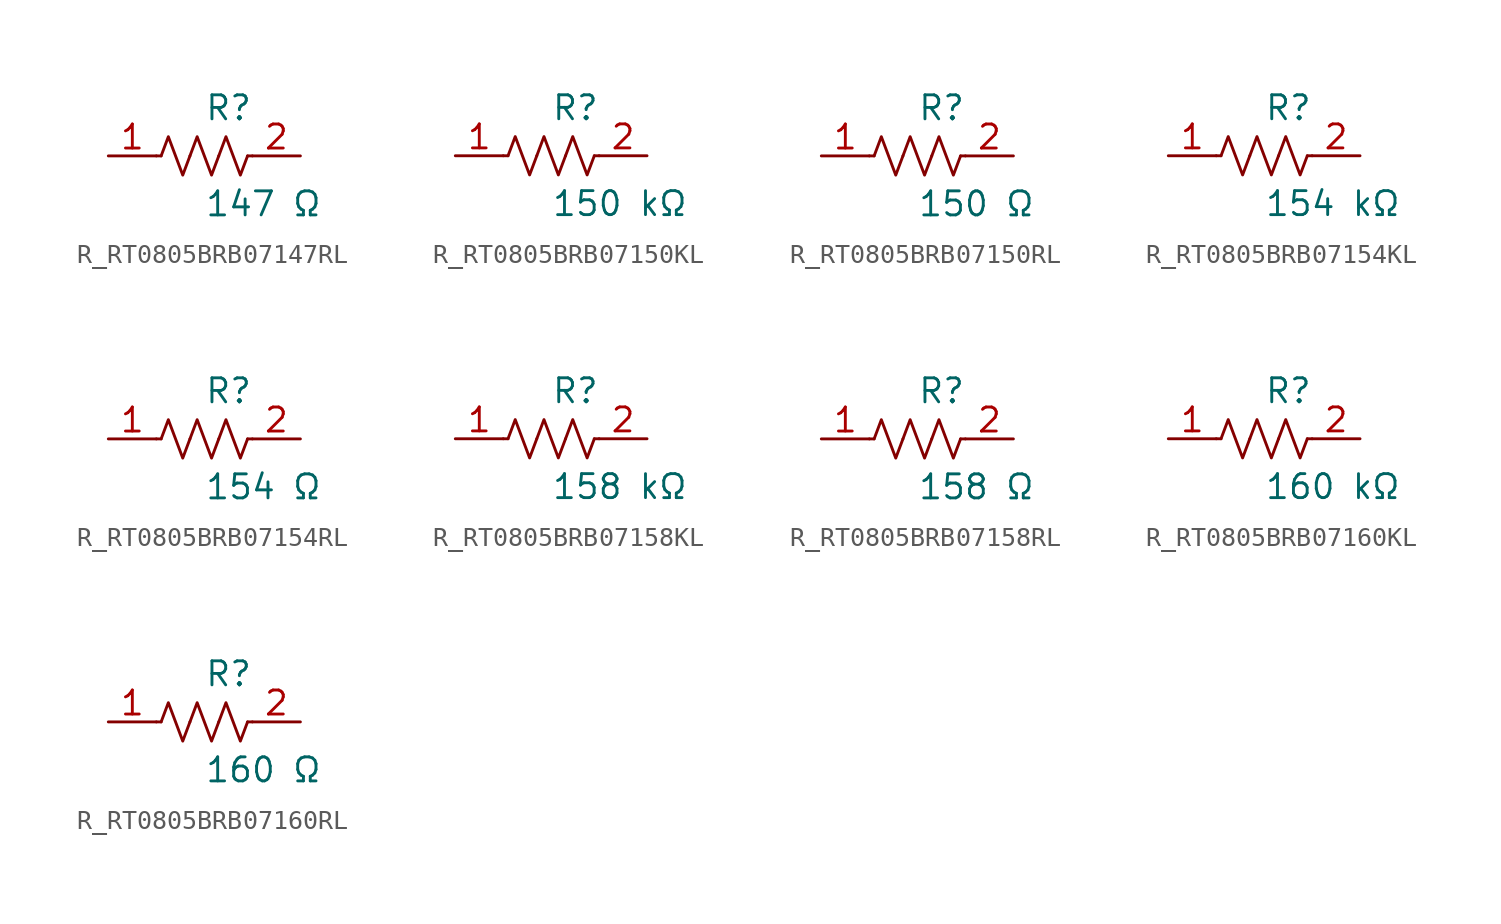
<source format=kicad_sym>
(kicad_symbol_lib
  (version 20231120)
  (generator kicad_symbol_editor)
  (generator_version 8.0)
  (symbol "R_RT0805BRB07147RL"
    (pin_names
      (offset 0.254))
    (property "Reference" "R"
      (at 0 2.54 0)
      (effects (font (size 1.27 1.27)) (justify left)))
    (property "Value" "147 Ω"
      (at 0 -2.54 0)
      (effects (font (size 1.27 1.27)) (justify left)))
    (symbol "R_RT0805BRB07147RL_0_1"
      (polyline (pts (xy 2.286 0) (xy 2.54 0)) (stroke (width 0) (type default)) (fill (type none)))
      (polyline (pts (xy -2.286 0) (xy -2.54 0)) (stroke (width 0) (type default)) (fill (type none)))
      (polyline (pts (xy 0.762 0) (xy 1.143 1.016) (xy 1.524 0) (xy 1.905 -1.016) (xy 2.286 0)) (stroke (width 0) (type default)) (fill (type none)))
      (polyline (pts (xy -0.762 0) (xy -0.381 1.016) (xy 0 0) (xy 0.381 -1.016) (xy 0.762 0)) (stroke (width 0) (type default)) (fill (type none)))
      (polyline (pts (xy -2.286 0) (xy -1.905 1.016) (xy -1.524 0) (xy -1.143 -1.016) (xy -0.762 0)) (stroke (width 0) (type default)) (fill (type none))))
    (pin unspecified line
      (at -5.08 0 0)
      (length 2.54)
      (name "" (effects (font (size 1.27 1.27))))
      (number "1" (effects (font (size 1.27 1.27)))))
    (pin unspecified line
      (at 5.08 0 180)
      (length 2.54)
      (name "" (effects (font (size 1.27 1.27))))
      (number "2" (effects (font (size 1.27 1.27))))))
  (symbol "R_RT0805BRB07150KL"
    (pin_names
      (offset 0.254))
    (property "Reference" "R"
      (at 0 2.54 0)
      (effects (font (size 1.27 1.27)) (justify left)))
    (property "Value" "150 kΩ"
      (at 0 -2.54 0)
      (effects (font (size 1.27 1.27)) (justify left)))
    (symbol "R_RT0805BRB07150KL_0_1"
      (polyline (pts (xy 2.286 0) (xy 2.54 0)) (stroke (width 0) (type default)) (fill (type none)))
      (polyline (pts (xy -2.286 0) (xy -2.54 0)) (stroke (width 0) (type default)) (fill (type none)))
      (polyline (pts (xy 0.762 0) (xy 1.143 1.016) (xy 1.524 0) (xy 1.905 -1.016) (xy 2.286 0)) (stroke (width 0) (type default)) (fill (type none)))
      (polyline (pts (xy -0.762 0) (xy -0.381 1.016) (xy 0 0) (xy 0.381 -1.016) (xy 0.762 0)) (stroke (width 0) (type default)) (fill (type none)))
      (polyline (pts (xy -2.286 0) (xy -1.905 1.016) (xy -1.524 0) (xy -1.143 -1.016) (xy -0.762 0)) (stroke (width 0) (type default)) (fill (type none))))
    (pin unspecified line
      (at -5.08 0 0)
      (length 2.54)
      (name "" (effects (font (size 1.27 1.27))))
      (number "1" (effects (font (size 1.27 1.27)))))
    (pin unspecified line
      (at 5.08 0 180)
      (length 2.54)
      (name "" (effects (font (size 1.27 1.27))))
      (number "2" (effects (font (size 1.27 1.27))))))
  (symbol "R_RT0805BRB07150RL"
    (pin_names
      (offset 0.254))
    (property "Reference" "R"
      (at 0 2.54 0)
      (effects (font (size 1.27 1.27)) (justify left)))
    (property "Value" "150 Ω"
      (at 0 -2.54 0)
      (effects (font (size 1.27 1.27)) (justify left)))
    (symbol "R_RT0805BRB07150RL_0_1"
      (polyline (pts (xy 2.286 0) (xy 2.54 0)) (stroke (width 0) (type default)) (fill (type none)))
      (polyline (pts (xy -2.286 0) (xy -2.54 0)) (stroke (width 0) (type default)) (fill (type none)))
      (polyline (pts (xy 0.762 0) (xy 1.143 1.016) (xy 1.524 0) (xy 1.905 -1.016) (xy 2.286 0)) (stroke (width 0) (type default)) (fill (type none)))
      (polyline (pts (xy -0.762 0) (xy -0.381 1.016) (xy 0 0) (xy 0.381 -1.016) (xy 0.762 0)) (stroke (width 0) (type default)) (fill (type none)))
      (polyline (pts (xy -2.286 0) (xy -1.905 1.016) (xy -1.524 0) (xy -1.143 -1.016) (xy -0.762 0)) (stroke (width 0) (type default)) (fill (type none))))
    (pin unspecified line
      (at -5.08 0 0)
      (length 2.54)
      (name "" (effects (font (size 1.27 1.27))))
      (number "1" (effects (font (size 1.27 1.27)))))
    (pin unspecified line
      (at 5.08 0 180)
      (length 2.54)
      (name "" (effects (font (size 1.27 1.27))))
      (number "2" (effects (font (size 1.27 1.27))))))
  (symbol "R_RT0805BRB07154KL"
    (pin_names
      (offset 0.254))
    (property "Reference" "R"
      (at 0 2.54 0)
      (effects (font (size 1.27 1.27)) (justify left)))
    (property "Value" "154 kΩ"
      (at 0 -2.54 0)
      (effects (font (size 1.27 1.27)) (justify left)))
    (symbol "R_RT0805BRB07154KL_0_1"
      (polyline (pts (xy 2.286 0) (xy 2.54 0)) (stroke (width 0) (type default)) (fill (type none)))
      (polyline (pts (xy -2.286 0) (xy -2.54 0)) (stroke (width 0) (type default)) (fill (type none)))
      (polyline (pts (xy 0.762 0) (xy 1.143 1.016) (xy 1.524 0) (xy 1.905 -1.016) (xy 2.286 0)) (stroke (width 0) (type default)) (fill (type none)))
      (polyline (pts (xy -0.762 0) (xy -0.381 1.016) (xy 0 0) (xy 0.381 -1.016) (xy 0.762 0)) (stroke (width 0) (type default)) (fill (type none)))
      (polyline (pts (xy -2.286 0) (xy -1.905 1.016) (xy -1.524 0) (xy -1.143 -1.016) (xy -0.762 0)) (stroke (width 0) (type default)) (fill (type none))))
    (pin unspecified line
      (at -5.08 0 0)
      (length 2.54)
      (name "" (effects (font (size 1.27 1.27))))
      (number "1" (effects (font (size 1.27 1.27)))))
    (pin unspecified line
      (at 5.08 0 180)
      (length 2.54)
      (name "" (effects (font (size 1.27 1.27))))
      (number "2" (effects (font (size 1.27 1.27))))))
  (symbol "R_RT0805BRB07154RL"
    (pin_names
      (offset 0.254))
    (property "Reference" "R"
      (at 0 2.54 0)
      (effects (font (size 1.27 1.27)) (justify left)))
    (property "Value" "154 Ω"
      (at 0 -2.54 0)
      (effects (font (size 1.27 1.27)) (justify left)))
    (symbol "R_RT0805BRB07154RL_0_1"
      (polyline (pts (xy 2.286 0) (xy 2.54 0)) (stroke (width 0) (type default)) (fill (type none)))
      (polyline (pts (xy -2.286 0) (xy -2.54 0)) (stroke (width 0) (type default)) (fill (type none)))
      (polyline (pts (xy 0.762 0) (xy 1.143 1.016) (xy 1.524 0) (xy 1.905 -1.016) (xy 2.286 0)) (stroke (width 0) (type default)) (fill (type none)))
      (polyline (pts (xy -0.762 0) (xy -0.381 1.016) (xy 0 0) (xy 0.381 -1.016) (xy 0.762 0)) (stroke (width 0) (type default)) (fill (type none)))
      (polyline (pts (xy -2.286 0) (xy -1.905 1.016) (xy -1.524 0) (xy -1.143 -1.016) (xy -0.762 0)) (stroke (width 0) (type default)) (fill (type none))))
    (pin unspecified line
      (at -5.08 0 0)
      (length 2.54)
      (name "" (effects (font (size 1.27 1.27))))
      (number "1" (effects (font (size 1.27 1.27)))))
    (pin unspecified line
      (at 5.08 0 180)
      (length 2.54)
      (name "" (effects (font (size 1.27 1.27))))
      (number "2" (effects (font (size 1.27 1.27))))))
  (symbol "R_RT0805BRB07158KL"
    (pin_names
      (offset 0.254))
    (property "Reference" "R"
      (at 0 2.54 0)
      (effects (font (size 1.27 1.27)) (justify left)))
    (property "Value" "158 kΩ"
      (at 0 -2.54 0)
      (effects (font (size 1.27 1.27)) (justify left)))
    (symbol "R_RT0805BRB07158KL_0_1"
      (polyline (pts (xy 2.286 0) (xy 2.54 0)) (stroke (width 0) (type default)) (fill (type none)))
      (polyline (pts (xy -2.286 0) (xy -2.54 0)) (stroke (width 0) (type default)) (fill (type none)))
      (polyline (pts (xy 0.762 0) (xy 1.143 1.016) (xy 1.524 0) (xy 1.905 -1.016) (xy 2.286 0)) (stroke (width 0) (type default)) (fill (type none)))
      (polyline (pts (xy -0.762 0) (xy -0.381 1.016) (xy 0 0) (xy 0.381 -1.016) (xy 0.762 0)) (stroke (width 0) (type default)) (fill (type none)))
      (polyline (pts (xy -2.286 0) (xy -1.905 1.016) (xy -1.524 0) (xy -1.143 -1.016) (xy -0.762 0)) (stroke (width 0) (type default)) (fill (type none))))
    (pin unspecified line
      (at -5.08 0 0)
      (length 2.54)
      (name "" (effects (font (size 1.27 1.27))))
      (number "1" (effects (font (size 1.27 1.27)))))
    (pin unspecified line
      (at 5.08 0 180)
      (length 2.54)
      (name "" (effects (font (size 1.27 1.27))))
      (number "2" (effects (font (size 1.27 1.27))))))
  (symbol "R_RT0805BRB07158RL"
    (pin_names
      (offset 0.254))
    (property "Reference" "R"
      (at 0 2.54 0)
      (effects (font (size 1.27 1.27)) (justify left)))
    (property "Value" "158 Ω"
      (at 0 -2.54 0)
      (effects (font (size 1.27 1.27)) (justify left)))
    (symbol "R_RT0805BRB07158RL_0_1"
      (polyline (pts (xy 2.286 0) (xy 2.54 0)) (stroke (width 0) (type default)) (fill (type none)))
      (polyline (pts (xy -2.286 0) (xy -2.54 0)) (stroke (width 0) (type default)) (fill (type none)))
      (polyline (pts (xy 0.762 0) (xy 1.143 1.016) (xy 1.524 0) (xy 1.905 -1.016) (xy 2.286 0)) (stroke (width 0) (type default)) (fill (type none)))
      (polyline (pts (xy -0.762 0) (xy -0.381 1.016) (xy 0 0) (xy 0.381 -1.016) (xy 0.762 0)) (stroke (width 0) (type default)) (fill (type none)))
      (polyline (pts (xy -2.286 0) (xy -1.905 1.016) (xy -1.524 0) (xy -1.143 -1.016) (xy -0.762 0)) (stroke (width 0) (type default)) (fill (type none))))
    (pin unspecified line
      (at -5.08 0 0)
      (length 2.54)
      (name "" (effects (font (size 1.27 1.27))))
      (number "1" (effects (font (size 1.27 1.27)))))
    (pin unspecified line
      (at 5.08 0 180)
      (length 2.54)
      (name "" (effects (font (size 1.27 1.27))))
      (number "2" (effects (font (size 1.27 1.27))))))
  (symbol "R_RT0805BRB07160KL"
    (pin_names
      (offset 0.254))
    (property "Reference" "R"
      (at 0 2.54 0)
      (effects (font (size 1.27 1.27)) (justify left)))
    (property "Value" "160 kΩ"
      (at 0 -2.54 0)
      (effects (font (size 1.27 1.27)) (justify left)))
    (symbol "R_RT0805BRB07160KL_0_1"
      (polyline (pts (xy 2.286 0) (xy 2.54 0)) (stroke (width 0) (type default)) (fill (type none)))
      (polyline (pts (xy -2.286 0) (xy -2.54 0)) (stroke (width 0) (type default)) (fill (type none)))
      (polyline (pts (xy 0.762 0) (xy 1.143 1.016) (xy 1.524 0) (xy 1.905 -1.016) (xy 2.286 0)) (stroke (width 0) (type default)) (fill (type none)))
      (polyline (pts (xy -0.762 0) (xy -0.381 1.016) (xy 0 0) (xy 0.381 -1.016) (xy 0.762 0)) (stroke (width 0) (type default)) (fill (type none)))
      (polyline (pts (xy -2.286 0) (xy -1.905 1.016) (xy -1.524 0) (xy -1.143 -1.016) (xy -0.762 0)) (stroke (width 0) (type default)) (fill (type none))))
    (pin unspecified line
      (at -5.08 0 0)
      (length 2.54)
      (name "" (effects (font (size 1.27 1.27))))
      (number "1" (effects (font (size 1.27 1.27)))))
    (pin unspecified line
      (at 5.08 0 180)
      (length 2.54)
      (name "" (effects (font (size 1.27 1.27))))
      (number "2" (effects (font (size 1.27 1.27))))))
  (symbol "R_RT0805BRB07160RL"
    (pin_names
      (offset 0.254))
    (property "Reference" "R"
      (at 0 2.54 0)
      (effects (font (size 1.27 1.27)) (justify left)))
    (property "Value" "160 Ω"
      (at 0 -2.54 0)
      (effects (font (size 1.27 1.27)) (justify left)))
    (symbol "R_RT0805BRB07160RL_0_1"
      (polyline (pts (xy 2.286 0) (xy 2.54 0)) (stroke (width 0) (type default)) (fill (type none)))
      (polyline (pts (xy -2.286 0) (xy -2.54 0)) (stroke (width 0) (type default)) (fill (type none)))
      (polyline (pts (xy 0.762 0) (xy 1.143 1.016) (xy 1.524 0) (xy 1.905 -1.016) (xy 2.286 0)) (stroke (width 0) (type default)) (fill (type none)))
      (polyline (pts (xy -0.762 0) (xy -0.381 1.016) (xy 0 0) (xy 0.381 -1.016) (xy 0.762 0)) (stroke (width 0) (type default)) (fill (type none)))
      (polyline (pts (xy -2.286 0) (xy -1.905 1.016) (xy -1.524 0) (xy -1.143 -1.016) (xy -0.762 0)) (stroke (width 0) (type default)) (fill (type none))))
    (pin unspecified line
      (at -5.08 0 0)
      (length 2.54)
      (name "" (effects (font (size 1.27 1.27))))
      (number "1" (effects (font (size 1.27 1.27)))))
    (pin unspecified line
      (at 5.08 0 180)
      (length 2.54)
      (name "" (effects (font (size 1.27 1.27))))
      (number "2" (effects (font (size 1.27 1.27)))))))
</source>
